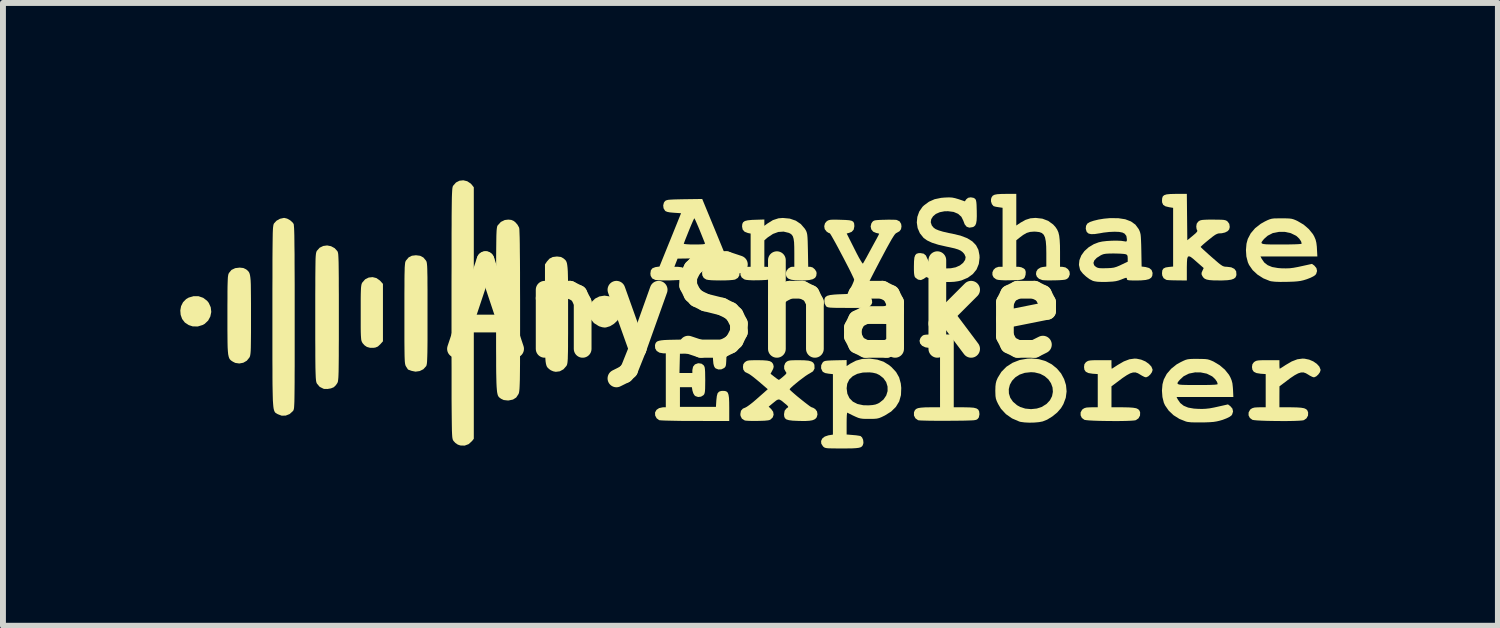
<source format=kicad_pcb>
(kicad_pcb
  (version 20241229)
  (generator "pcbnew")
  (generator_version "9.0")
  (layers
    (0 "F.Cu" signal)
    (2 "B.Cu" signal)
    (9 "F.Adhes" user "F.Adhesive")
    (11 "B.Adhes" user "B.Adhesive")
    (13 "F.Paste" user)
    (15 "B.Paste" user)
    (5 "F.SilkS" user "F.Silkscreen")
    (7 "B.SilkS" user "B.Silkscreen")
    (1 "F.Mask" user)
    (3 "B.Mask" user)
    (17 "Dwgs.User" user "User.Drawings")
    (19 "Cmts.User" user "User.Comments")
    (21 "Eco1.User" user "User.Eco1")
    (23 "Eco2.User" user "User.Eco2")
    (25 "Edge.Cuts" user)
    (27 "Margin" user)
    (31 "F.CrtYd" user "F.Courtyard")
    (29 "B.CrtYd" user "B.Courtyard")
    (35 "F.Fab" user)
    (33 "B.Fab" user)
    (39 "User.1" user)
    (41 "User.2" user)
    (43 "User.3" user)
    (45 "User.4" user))
  (footprint "AnyShake"
    (layer "F.Cu")
    (at 9.735 2.173)
    (property "Reference" "AnyShake" (at 0 0 0) (layer "F.SilkS") (effects (font (size 1.5 1.5) (thickness 0.3))))
    (attr board_only exclude_from_pos_files exclude_from_bom)
    (fp_poly (pts (xy -9.426 -0.212) (xy -9.348 -0.185) (xy -9.283 -0.136) (xy -9.254 -0.1) (xy -9.22 -0.025) (xy -9.211 0.054) (xy -9.227 0.131) (xy -9.264 0.2) (xy -9.323 0.256) (xy -9.355 0.274) (xy -9.44 0.3) (xy -9.526 0.298) (xy -9.593 0.276) (xy -9.658 0.233) (xy -9.704 0.173) (xy -9.729 0.103) (xy -9.735 0.029) (xy -9.722 -0.044) (xy -9.689 -0.11) (xy -9.636 -0.164) (xy -9.593 -0.189) (xy -9.509 -0.213)) (stroke (width 0) (type solid)) (fill yes) (layer "F.SilkS"))
    (fp_poly (pts (xy -2.473 -0.209) (xy -2.399 -0.172) (xy -2.342 -0.115) (xy -2.304 -0.043) (xy -2.291 0.042) (xy -2.291 0.043) (xy -2.295 0.093) (xy -2.305 0.137) (xy -2.306 0.14) (xy -2.342 0.201) (xy -2.398 0.254) (xy -2.464 0.295) (xy -2.533 0.316) (xy -2.559 0.318) (xy -2.6 0.312) (xy -2.648 0.297) (xy -2.66 0.291) (xy -2.738 0.242) (xy -2.792 0.176) (xy -2.822 0.098) (xy -2.827 0.043) (xy -2.814 -0.042) (xy -2.777 -0.114) (xy -2.719 -0.171) (xy -2.646 -0.208) (xy -2.56 -0.222) (xy -2.559 -0.222)) (stroke (width 0) (type solid)) (fill yes) (layer "F.SilkS"))
    (fp_poly (pts (xy -6.417 -0.519) (xy -6.359 -0.478) (xy -6.354 -0.473) (xy -6.307 -0.421) (xy -6.307 0.065) (xy -6.307 0.551) (xy -6.354 0.603) (xy -6.393 0.639) (xy -6.434 0.656) (xy -6.466 0.661) (xy -6.527 0.66) (xy -6.578 0.646) (xy -6.618 0.619) (xy -6.652 0.581) (xy -6.654 0.577) (xy -6.662 0.562) (xy -6.669 0.546) (xy -6.674 0.524) (xy -6.677 0.494) (xy -6.68 0.451) (xy -6.682 0.394) (xy -6.683 0.319) (xy -6.683 0.221) (xy -6.683 0.099) (xy -6.683 0.065) (xy -6.683 -0.064) (xy -6.683 -0.167) (xy -6.682 -0.248) (xy -6.68 -0.309) (xy -6.678 -0.355) (xy -6.674 -0.388) (xy -6.67 -0.411) (xy -6.664 -0.429) (xy -6.656 -0.443) (xy -6.655 -0.445) (xy -6.608 -0.498) (xy -6.548 -0.528) (xy -6.482 -0.535)) (stroke (width 0) (type solid)) (fill yes) (layer "F.SilkS"))
    (fp_poly (pts (xy -3.297 -0.876) (xy -3.256 -0.854) (xy -3.24 -0.841) (xy -3.225 -0.828) (xy -3.213 -0.814) (xy -3.203 -0.795) (xy -3.195 -0.771) (xy -3.189 -0.737) (xy -3.184 -0.693) (xy -3.18 -0.635) (xy -3.178 -0.562) (xy -3.176 -0.471) (xy -3.176 -0.359) (xy -3.175 -0.226) (xy -3.175 -0.068) (xy -3.175 0.09) (xy -3.175 0.266) (xy -3.175 0.416) (xy -3.176 0.541) (xy -3.176 0.645) (xy -3.177 0.728) (xy -3.179 0.795) (xy -3.18 0.846) (xy -3.183 0.885) (xy -3.186 0.914) (xy -3.19 0.934) (xy -3.194 0.949) (xy -3.2 0.961) (xy -3.203 0.967) (xy -3.253 1.024) (xy -3.315 1.058) (xy -3.384 1.067) (xy -3.427 1.058) (xy -3.468 1.04) (xy -3.497 1.019) (xy -3.511 1.006) (xy -3.524 0.993) (xy -3.534 0.978) (xy -3.542 0.958) (xy -3.549 0.932) (xy -3.555 0.896) (xy -3.559 0.849) (xy -3.562 0.789) (xy -3.564 0.712) (xy -3.565 0.617) (xy -3.566 0.502) (xy -3.566 0.363) (xy -3.566 0.2) (xy -3.566 0.083) (xy -3.566 -0.75) (xy -3.533 -0.799) (xy -3.489 -0.848) (xy -3.436 -0.875) (xy -3.364 -0.884) (xy -3.362 -0.884)) (stroke (width 0) (type solid)) (fill yes) (layer "F.SilkS"))
    (fp_poly (pts (xy -8.668 -0.689) (xy -8.622 -0.667) (xy -8.621 -0.666) (xy -8.602 -0.651) (xy -8.587 -0.636) (xy -8.574 -0.62) (xy -8.564 -0.598) (xy -8.556 -0.569) (xy -8.55 -0.53) (xy -8.545 -0.478) (xy -8.542 -0.411) (xy -8.541 -0.326) (xy -8.54 -0.221) (xy -8.539 -0.092) (xy -8.539 0.062) (xy -8.539 0.112) (xy -8.539 0.269) (xy -8.539 0.4) (xy -8.54 0.506) (xy -8.541 0.592) (xy -8.542 0.66) (xy -8.544 0.712) (xy -8.547 0.751) (xy -8.551 0.779) (xy -8.555 0.8) (xy -8.561 0.815) (xy -8.566 0.825) (xy -8.61 0.879) (xy -8.669 0.913) (xy -8.737 0.926) (xy -8.805 0.916) (xy -8.839 0.899) (xy -8.861 0.886) (xy -8.88 0.872) (xy -8.895 0.857) (xy -8.908 0.836) (xy -8.917 0.808) (xy -8.925 0.77) (xy -8.93 0.72) (xy -8.934 0.655) (xy -8.936 0.572) (xy -8.937 0.469) (xy -8.938 0.343) (xy -8.938 0.192) (xy -8.938 0.109) (xy -8.938 -0.049) (xy -8.937 -0.18) (xy -8.937 -0.288) (xy -8.936 -0.374) (xy -8.934 -0.442) (xy -8.932 -0.494) (xy -8.93 -0.533) (xy -8.926 -0.561) (xy -8.922 -0.582) (xy -8.916 -0.597) (xy -8.912 -0.605) (xy -8.869 -0.657) (xy -8.806 -0.687) (xy -8.73 -0.696)) (stroke (width 0) (type solid)) (fill yes) (layer "F.SilkS"))
    (fp_poly (pts (xy -4.881 -2.157) (xy -4.822 -2.118) (xy -4.8 -2.093) (xy -4.77 -2.055) (xy -4.77 0.072) (xy -4.77 2.2) (xy -4.8 2.238) (xy -4.857 2.29) (xy -4.924 2.315) (xy -4.997 2.313) (xy -5.041 2.298) (xy -5.081 2.271) (xy -5.115 2.234) (xy -5.117 2.23) (xy -5.121 2.223) (xy -5.125 2.215) (xy -5.128 2.205) (xy -5.131 2.19) (xy -5.134 2.171) (xy -5.136 2.144) (xy -5.138 2.11) (xy -5.14 2.066) (xy -5.141 2.011) (xy -5.142 1.943) (xy -5.143 1.862) (xy -5.144 1.766) (xy -5.145 1.653) (xy -5.146 1.521) (xy -5.146 1.371) (xy -5.146 1.199) (xy -5.146 1.005) (xy -5.147 0.788) (xy -5.147 0.545) (xy -5.147 0.275) (xy -5.147 0.072) (xy -5.147 -0.216) (xy -5.147 -0.477) (xy -5.146 -0.713) (xy -5.146 -0.923) (xy -5.146 -1.11) (xy -5.146 -1.275) (xy -5.145 -1.419) (xy -5.145 -1.545) (xy -5.144 -1.653) (xy -5.143 -1.744) (xy -5.142 -1.821) (xy -5.141 -1.885) (xy -5.139 -1.936) (xy -5.137 -1.977) (xy -5.135 -2.009) (xy -5.133 -2.033) (xy -5.13 -2.051) (xy -5.127 -2.064) (xy -5.124 -2.073) (xy -5.12 -2.08) (xy -5.118 -2.083) (xy -5.071 -2.136) (xy -5.012 -2.166) (xy -4.947 -2.173)) (stroke (width 0) (type solid)) (fill yes) (layer "F.SilkS"))
    (fp_poly (pts (xy 3.349 1.051) (xy 3.349 1.667) (xy 3.524 1.667) (xy 3.617 1.669) (xy 3.686 1.674) (xy 3.733 1.686) (xy 3.762 1.705) (xy 3.778 1.734) (xy 3.783 1.773) (xy 3.784 1.785) (xy 3.773 1.839) (xy 3.753 1.864) (xy 3.743 1.872) (xy 3.73 1.878) (xy 3.71 1.883) (xy 3.681 1.887) (xy 3.638 1.889) (xy 3.58 1.891) (xy 3.503 1.893) (xy 3.404 1.894) (xy 3.28 1.895) (xy 3.25 1.895) (xy 3.134 1.895) (xy 3.027 1.895) (xy 2.931 1.894) (xy 2.852 1.892) (xy 2.791 1.89) (xy 2.754 1.887) (xy 2.745 1.885) (xy 2.7 1.853) (xy 2.676 1.806) (xy 2.676 1.753) (xy 2.677 1.75) (xy 2.69 1.719) (xy 2.711 1.696) (xy 2.745 1.681) (xy 2.795 1.673) (xy 2.867 1.668) (xy 2.939 1.667) (xy 3.117 1.667) (xy 3.117 1.167) (xy 3.117 0.667) (xy 3.019 0.667) (xy 2.959 0.664) (xy 2.902 0.658) (xy 2.867 0.652) (xy 2.813 0.626) (xy 2.78 0.587) (xy 2.77 0.541) (xy 2.786 0.494) (xy 2.805 0.471) (xy 2.818 0.458) (xy 2.833 0.448) (xy 2.853 0.442) (xy 2.883 0.438) (xy 2.928 0.436) (xy 2.992 0.435) (xy 3.08 0.435) (xy 3.095 0.435) (xy 3.349 0.435)) (stroke (width 0) (type solid)) (fill yes) (layer "F.SilkS"))
    (fp_poly (pts (xy -5.678 -0.896) (xy -5.623 -0.867) (xy -5.58 -0.816) (xy -5.574 -0.806) (xy -5.569 -0.794) (xy -5.565 -0.776) (xy -5.562 -0.752) (xy -5.559 -0.717) (xy -5.557 -0.671) (xy -5.556 -0.611) (xy -5.554 -0.534) (xy -5.554 -0.438) (xy -5.553 -0.322) (xy -5.553 -0.182) (xy -5.553 -0.017) (xy -5.553 0.077) (xy -5.553 0.258) (xy -5.553 0.412) (xy -5.553 0.541) (xy -5.554 0.648) (xy -5.555 0.735) (xy -5.557 0.804) (xy -5.559 0.858) (xy -5.561 0.898) (xy -5.564 0.928) (xy -5.568 0.948) (xy -5.572 0.963) (xy -5.576 0.971) (xy -5.623 1.023) (xy -5.685 1.054) (xy -5.756 1.064) (xy -5.821 1.051) (xy -5.857 1.038) (xy -5.879 1.03) (xy -5.881 1.03) (xy -5.89 1.018) (xy -5.907 0.991) (xy -5.914 0.981) (xy -5.92 0.97) (xy -5.926 0.958) (xy -5.93 0.942) (xy -5.934 0.921) (xy -5.937 0.892) (xy -5.939 0.852) (xy -5.941 0.8) (xy -5.942 0.733) (xy -5.943 0.648) (xy -5.944 0.544) (xy -5.944 0.418) (xy -5.944 0.267) (xy -5.944 0.09) (xy -5.944 0.078) (xy -5.944 -0.101) (xy -5.944 -0.254) (xy -5.943 -0.382) (xy -5.943 -0.488) (xy -5.942 -0.574) (xy -5.94 -0.642) (xy -5.939 -0.695) (xy -5.936 -0.735) (xy -5.933 -0.765) (xy -5.93 -0.786) (xy -5.925 -0.801) (xy -5.92 -0.811) (xy -5.917 -0.816) (xy -5.872 -0.869) (xy -5.817 -0.897) (xy -5.748 -0.905)) (stroke (width 0) (type solid)) (fill yes) (layer "F.SilkS"))
    (fp_poly (pts (xy 4.791 0.853) (xy 4.906 0.887) (xy 5.008 0.941) (xy 5.095 1.012) (xy 5.165 1.095) (xy 5.216 1.19) (xy 5.248 1.291) (xy 5.258 1.398) (xy 5.244 1.506) (xy 5.204 1.613) (xy 5.163 1.682) (xy 5.1 1.754) (xy 5.018 1.821) (xy 4.929 1.876) (xy 4.854 1.906) (xy 4.792 1.918) (xy 4.714 1.925) (xy 4.629 1.927) (xy 4.548 1.923) (xy 4.481 1.914) (xy 4.458 1.908) (xy 4.335 1.855) (xy 4.231 1.782) (xy 4.147 1.691) (xy 4.1 1.612) (xy 4.076 1.562) (xy 4.062 1.521) (xy 4.055 1.477) (xy 4.053 1.422) (xy 4.052 1.385) (xy 4.053 1.359) (xy 4.28 1.359) (xy 4.282 1.433) (xy 4.305 1.506) (xy 4.351 1.573) (xy 4.42 1.632) (xy 4.473 1.662) (xy 4.559 1.689) (xy 4.657 1.698) (xy 4.754 1.688) (xy 4.835 1.662) (xy 4.918 1.611) (xy 4.976 1.549) (xy 5.012 1.479) (xy 5.026 1.405) (xy 5.02 1.331) (xy 4.994 1.26) (xy 4.95 1.195) (xy 4.888 1.141) (xy 4.811 1.1) (xy 4.718 1.077) (xy 4.655 1.073) (xy 4.551 1.084) (xy 4.463 1.114) (xy 4.391 1.16) (xy 4.335 1.219) (xy 4.298 1.286) (xy 4.28 1.359) (xy 4.053 1.359) (xy 4.054 1.315) (xy 4.06 1.263) (xy 4.071 1.219) (xy 4.091 1.172) (xy 4.091 1.171) (xy 4.155 1.067) (xy 4.24 0.981) (xy 4.344 0.914) (xy 4.464 0.867) (xy 4.596 0.844) (xy 4.665 0.841)) (stroke (width 0) (type solid)) (fill yes) (layer "F.SilkS"))
    (fp_poly (pts (xy -7.185 -1.058) (xy -7.124 -1.025) (xy -7.079 -0.976) (xy -7.074 -0.967) (xy -7.07 -0.956) (xy -7.066 -0.939) (xy -7.063 -0.916) (xy -7.061 -0.883) (xy -7.059 -0.84) (xy -7.057 -0.784) (xy -7.056 -0.713) (xy -7.055 -0.624) (xy -7.054 -0.517) (xy -7.054 -0.389) (xy -7.053 -0.238) (xy -7.053 -0.062) (xy -7.053 0.137) (xy -7.053 0.34) (xy -7.053 0.516) (xy -7.054 0.667) (xy -7.054 0.795) (xy -7.055 0.902) (xy -7.056 0.99) (xy -7.057 1.062) (xy -7.059 1.118) (xy -7.061 1.162) (xy -7.064 1.195) (xy -7.067 1.219) (xy -7.07 1.237) (xy -7.075 1.249) (xy -7.079 1.258) (xy -7.106 1.296) (xy -7.138 1.327) (xy -7.14 1.328) (xy -7.186 1.347) (xy -7.245 1.357) (xy -7.3 1.356) (xy -7.313 1.353) (xy -7.377 1.321) (xy -7.423 1.267) (xy -7.429 1.255) (xy -7.433 1.243) (xy -7.437 1.226) (xy -7.44 1.202) (xy -7.443 1.17) (xy -7.445 1.126) (xy -7.447 1.069) (xy -7.449 0.997) (xy -7.45 0.908) (xy -7.451 0.8) (xy -7.451 0.672) (xy -7.452 0.52) (xy -7.452 0.343) (xy -7.452 0.139) (xy -7.452 0.136) (xy -7.452 -0.066) (xy -7.452 -0.241) (xy -7.451 -0.391) (xy -7.451 -0.518) (xy -7.45 -0.624) (xy -7.449 -0.712) (xy -7.448 -0.782) (xy -7.447 -0.838) (xy -7.445 -0.881) (xy -7.442 -0.914) (xy -7.439 -0.937) (xy -7.435 -0.955) (xy -7.431 -0.967) (xy -7.426 -0.978) (xy -7.422 -0.983) (xy -7.377 -1.033) (xy -7.317 -1.062) (xy -7.251 -1.071)) (stroke (width 0) (type solid)) (fill yes) (layer "F.SilkS"))
    (fp_poly (pts (xy -4.136 -1.503) (xy -4.096 -1.486) (xy -4.067 -1.463) (xy -4.031 -1.422) (xy -4.005 -1.375) (xy -4.002 -1.365) (xy -3.999 -1.34) (xy -3.997 -1.287) (xy -3.994 -1.206) (xy -3.992 -1.097) (xy -3.991 -0.961) (xy -3.989 -0.8) (xy -3.988 -0.612) (xy -3.988 -0.4) (xy -3.987 -0.162) (xy -3.987 0.036) (xy -3.987 0.265) (xy -3.987 0.466) (xy -3.988 0.642) (xy -3.988 0.794) (xy -3.988 0.925) (xy -3.989 1.035) (xy -3.99 1.128) (xy -3.991 1.204) (xy -3.993 1.266) (xy -3.995 1.315) (xy -3.997 1.353) (xy -4 1.383) (xy -4.003 1.405) (xy -4.006 1.421) (xy -4.01 1.434) (xy -4.015 1.445) (xy -4.053 1.502) (xy -4.107 1.536) (xy -4.179 1.551) (xy -4.202 1.551) (xy -4.264 1.544) (xy -4.31 1.522) (xy -4.311 1.521) (xy -4.325 1.511) (xy -4.337 1.502) (xy -4.347 1.492) (xy -4.356 1.479) (xy -4.364 1.462) (xy -4.37 1.439) (xy -4.376 1.408) (xy -4.38 1.368) (xy -4.384 1.317) (xy -4.387 1.252) (xy -4.389 1.172) (xy -4.391 1.076) (xy -4.392 0.962) (xy -4.392 0.828) (xy -4.393 0.672) (xy -4.393 0.493) (xy -4.393 0.288) (xy -4.393 0.056) (xy -4.393 0.019) (xy -4.393 -0.213) (xy -4.393 -0.418) (xy -4.392 -0.597) (xy -4.392 -0.752) (xy -4.392 -0.886) (xy -4.391 -0.999) (xy -4.39 -1.094) (xy -4.389 -1.172) (xy -4.388 -1.236) (xy -4.386 -1.286) (xy -4.384 -1.325) (xy -4.381 -1.354) (xy -4.378 -1.375) (xy -4.375 -1.39) (xy -4.371 -1.401) (xy -4.367 -1.409) (xy -4.365 -1.411) (xy -4.312 -1.469) (xy -4.246 -1.501) (xy -4.187 -1.508)) (stroke (width 0) (type solid)) (fill yes) (layer "F.SilkS"))
    (fp_poly (pts (xy -7.928 -1.525) (xy -7.877 -1.497) (xy -7.834 -1.458) (xy -7.818 -1.435) (xy -7.815 -1.423) (xy -7.813 -1.399) (xy -7.81 -1.362) (xy -7.808 -1.309) (xy -7.806 -1.241) (xy -7.805 -1.155) (xy -7.804 -1.05) (xy -7.802 -0.925) (xy -7.802 -0.778) (xy -7.801 -0.608) (xy -7.8 -0.414) (xy -7.8 -0.194) (xy -7.8 0.054) (xy -7.8 0.147) (xy -7.8 0.392) (xy -7.8 0.609) (xy -7.8 0.801) (xy -7.8 0.97) (xy -7.801 1.115) (xy -7.801 1.24) (xy -7.802 1.346) (xy -7.803 1.435) (xy -7.804 1.508) (xy -7.805 1.567) (xy -7.807 1.613) (xy -7.809 1.649) (xy -7.811 1.676) (xy -7.814 1.695) (xy -7.818 1.709) (xy -7.821 1.718) (xy -7.826 1.725) (xy -7.83 1.731) (xy -7.885 1.781) (xy -7.951 1.807) (xy -8.02 1.809) (xy -8.085 1.784) (xy -8.1 1.776) (xy -8.112 1.768) (xy -8.124 1.761) (xy -8.133 1.751) (xy -8.142 1.736) (xy -8.149 1.717) (xy -8.156 1.69) (xy -8.161 1.654) (xy -8.165 1.608) (xy -8.169 1.55) (xy -8.171 1.478) (xy -8.173 1.39) (xy -8.175 1.286) (xy -8.176 1.162) (xy -8.176 1.019) (xy -8.177 0.853) (xy -8.177 0.664) (xy -8.177 0.45) (xy -8.177 0.209) (xy -8.177 0.135) (xy -8.177 -0.11) (xy -8.177 -0.327) (xy -8.176 -0.518) (xy -8.176 -0.686) (xy -8.176 -0.831) (xy -8.175 -0.955) (xy -8.174 -1.061) (xy -8.173 -1.149) (xy -8.172 -1.222) (xy -8.171 -1.281) (xy -8.169 -1.327) (xy -8.167 -1.363) (xy -8.164 -1.39) (xy -8.161 -1.41) (xy -8.158 -1.424) (xy -8.154 -1.435) (xy -8.15 -1.443) (xy -8.149 -1.444) (xy -8.108 -1.489) (xy -8.049 -1.522) (xy -7.986 -1.536) (xy -7.977 -1.537)) (stroke (width 0) (type solid)) (fill yes) (layer "F.SilkS"))
    (fp_poly (pts (xy 6.444 0.845) (xy 6.52 0.861) (xy 6.591 0.891) (xy 6.649 0.932) (xy 6.692 0.978) (xy 6.712 1.027) (xy 6.712 1.039) (xy 6.701 1.074) (xy 6.674 1.112) (xy 6.639 1.144) (xy 6.605 1.159) (xy 6.6 1.16) (xy 6.572 1.152) (xy 6.533 1.132) (xy 6.508 1.117) (xy 6.464 1.091) (xy 6.423 1.077) (xy 6.381 1.078) (xy 6.333 1.093) (xy 6.276 1.124) (xy 6.204 1.172) (xy 6.139 1.221) (xy 6.017 1.312) (xy 6.017 1.49) (xy 6.017 1.667) (xy 6.213 1.667) (xy 6.311 1.669) (xy 6.383 1.674) (xy 6.435 1.683) (xy 6.469 1.699) (xy 6.49 1.722) (xy 6.502 1.752) (xy 6.502 1.755) (xy 6.5 1.807) (xy 6.474 1.854) (xy 6.429 1.885) (xy 6.428 1.885) (xy 6.4 1.89) (xy 6.347 1.894) (xy 6.276 1.897) (xy 6.19 1.899) (xy 6.094 1.9) (xy 5.994 1.899) (xy 5.894 1.898) (xy 5.798 1.896) (xy 5.712 1.893) (xy 5.64 1.889) (xy 5.588 1.884) (xy 5.559 1.879) (xy 5.558 1.878) (xy 5.516 1.847) (xy 5.495 1.803) (xy 5.495 1.754) (xy 5.519 1.71) (xy 5.533 1.697) (xy 5.56 1.681) (xy 5.595 1.671) (xy 5.646 1.668) (xy 5.678 1.667) (xy 5.785 1.667) (xy 5.785 1.386) (xy 5.785 1.105) (xy 5.698 1.099) (xy 5.628 1.088) (xy 5.583 1.066) (xy 5.559 1.031) (xy 5.553 0.985) (xy 5.559 0.939) (xy 5.583 0.906) (xy 5.591 0.9) (xy 5.609 0.888) (xy 5.631 0.879) (xy 5.662 0.874) (xy 5.707 0.871) (xy 5.773 0.87) (xy 5.823 0.87) (xy 6.017 0.87) (xy 6.017 0.942) (xy 6.018 0.984) (xy 6.02 1.01) (xy 6.022 1.015) (xy 6.036 1.007) (xy 6.067 0.987) (xy 6.11 0.959) (xy 6.122 0.951) (xy 6.226 0.891) (xy 6.32 0.855) (xy 6.408 0.843)) (stroke (width 0) (type solid)) (fill yes) (layer "F.SilkS"))
    (fp_poly (pts (xy 9.286 0.845) (xy 9.362 0.861) (xy 9.432 0.891) (xy 9.491 0.932) (xy 9.533 0.978) (xy 9.553 1.027) (xy 9.554 1.039) (xy 9.543 1.074) (xy 9.516 1.112) (xy 9.481 1.144) (xy 9.447 1.159) (xy 9.441 1.16) (xy 9.414 1.152) (xy 9.374 1.132) (xy 9.35 1.117) (xy 9.306 1.091) (xy 9.265 1.077) (xy 9.223 1.078) (xy 9.175 1.093) (xy 9.117 1.124) (xy 9.045 1.172) (xy 8.98 1.221) (xy 8.859 1.312) (xy 8.858 1.49) (xy 8.858 1.667) (xy 9.055 1.667) (xy 9.152 1.669) (xy 9.225 1.674) (xy 9.276 1.683) (xy 9.311 1.699) (xy 9.332 1.722) (xy 9.343 1.752) (xy 9.344 1.755) (xy 9.342 1.807) (xy 9.316 1.854) (xy 9.271 1.885) (xy 9.27 1.885) (xy 9.241 1.89) (xy 9.189 1.894) (xy 9.117 1.897) (xy 9.031 1.899) (xy 8.936 1.9) (xy 8.836 1.899) (xy 8.735 1.898) (xy 8.64 1.896) (xy 8.554 1.893) (xy 8.482 1.889) (xy 8.429 1.884) (xy 8.401 1.879) (xy 8.4 1.878) (xy 8.358 1.847) (xy 8.336 1.803) (xy 8.337 1.754) (xy 8.361 1.71) (xy 8.374 1.697) (xy 8.402 1.681) (xy 8.437 1.671) (xy 8.487 1.668) (xy 8.519 1.667) (xy 8.626 1.667) (xy 8.626 1.386) (xy 8.626 1.105) (xy 8.54 1.099) (xy 8.47 1.088) (xy 8.425 1.066) (xy 8.401 1.031) (xy 8.394 0.985) (xy 8.401 0.939) (xy 8.425 0.906) (xy 8.432 0.9) (xy 8.451 0.888) (xy 8.473 0.879) (xy 8.503 0.874) (xy 8.549 0.871) (xy 8.615 0.87) (xy 8.664 0.87) (xy 8.858 0.87) (xy 8.858 0.942) (xy 8.859 0.984) (xy 8.862 1.01) (xy 8.863 1.015) (xy 8.877 1.007) (xy 8.909 0.987) (xy 8.952 0.959) (xy 8.964 0.951) (xy 9.067 0.891) (xy 9.161 0.855) (xy 9.249 0.843)) (stroke (width 0) (type solid)) (fill yes) (layer "F.SilkS"))
    (fp_poly (pts (xy 7.548 0.849) (xy 7.602 0.851) (xy 7.643 0.856) (xy 7.679 0.866) (xy 7.716 0.881) (xy 7.745 0.894) (xy 7.847 0.955) (xy 7.935 1.03) (xy 8.004 1.116) (xy 8.027 1.157) (xy 8.049 1.209) (xy 8.063 1.261) (xy 8.07 1.326) (xy 8.073 1.365) (xy 8.079 1.493) (xy 7.598 1.493) (xy 7.118 1.493) (xy 7.138 1.533) (xy 7.181 1.595) (xy 7.239 1.641) (xy 7.314 1.672) (xy 7.411 1.689) (xy 7.476 1.693) (xy 7.548 1.695) (xy 7.611 1.692) (xy 7.676 1.685) (xy 7.751 1.671) (xy 7.806 1.659) (xy 7.988 1.618) (xy 8.028 1.648) (xy 8.063 1.689) (xy 8.074 1.738) (xy 8.059 1.787) (xy 8.045 1.807) (xy 8.014 1.829) (xy 7.963 1.854) (xy 7.901 1.878) (xy 7.895 1.88) (xy 7.843 1.895) (xy 7.795 1.906) (xy 7.744 1.914) (xy 7.681 1.919) (xy 7.6 1.922) (xy 7.561 1.923) (xy 7.449 1.923) (xy 7.364 1.921) (xy 7.303 1.914) (xy 7.278 1.908) (xy 7.167 1.864) (xy 7.067 1.801) (xy 6.985 1.723) (xy 6.924 1.635) (xy 6.903 1.59) (xy 6.879 1.493) (xy 6.871 1.385) (xy 6.88 1.278) (xy 6.884 1.263) (xy 7.133 1.263) (xy 7.143 1.275) (xy 7.168 1.283) (xy 7.213 1.287) (xy 7.279 1.289) (xy 7.37 1.29) (xy 7.474 1.29) (xy 7.599 1.29) (xy 7.696 1.288) (xy 7.763 1.285) (xy 7.803 1.28) (xy 7.814 1.275) (xy 7.803 1.237) (xy 7.773 1.193) (xy 7.731 1.152) (xy 7.717 1.142) (xy 7.63 1.098) (xy 7.526 1.077) (xy 7.432 1.076) (xy 7.327 1.097) (xy 7.239 1.141) (xy 7.179 1.196) (xy 7.154 1.224) (xy 7.138 1.246) (xy 7.133 1.263) (xy 6.884 1.263) (xy 6.902 1.197) (xy 6.952 1.102) (xy 7.027 1.015) (xy 7.121 0.94) (xy 7.188 0.903) (xy 7.235 0.88) (xy 7.273 0.864) (xy 7.308 0.855) (xy 7.349 0.85) (xy 7.403 0.848) (xy 7.473 0.848)) (stroke (width 0) (type solid)) (fill yes) (layer "F.SilkS"))
    (fp_poly (pts (xy 8.969 -1.529) (xy 9.023 -1.527) (xy 9.064 -1.522) (xy 9.1 -1.512) (xy 9.137 -1.497) (xy 9.166 -1.483) (xy 9.268 -1.423) (xy 9.356 -1.347) (xy 9.425 -1.262) (xy 9.448 -1.221) (xy 9.47 -1.169) (xy 9.483 -1.116) (xy 9.491 -1.051) (xy 9.493 -1.012) (xy 9.5 -0.884) (xy 9.019 -0.884) (xy 8.538 -0.884) (xy 8.559 -0.844) (xy 8.602 -0.782) (xy 8.66 -0.737) (xy 8.735 -0.706) (xy 8.832 -0.689) (xy 8.897 -0.684) (xy 8.969 -0.683) (xy 9.032 -0.685) (xy 9.096 -0.693) (xy 9.172 -0.707) (xy 9.227 -0.719) (xy 9.409 -0.759) (xy 9.449 -0.73) (xy 9.484 -0.688) (xy 9.495 -0.639) (xy 9.48 -0.59) (xy 9.465 -0.571) (xy 9.434 -0.549) (xy 9.384 -0.524) (xy 9.322 -0.5) (xy 9.316 -0.498) (xy 9.264 -0.482) (xy 9.216 -0.471) (xy 9.165 -0.464) (xy 9.102 -0.459) (xy 9.02 -0.456) (xy 8.981 -0.455) (xy 8.87 -0.454) (xy 8.785 -0.457) (xy 8.724 -0.464) (xy 8.699 -0.469) (xy 8.587 -0.514) (xy 8.488 -0.577) (xy 8.405 -0.654) (xy 8.344 -0.742) (xy 8.324 -0.787) (xy 8.299 -0.885) (xy 8.292 -0.993) (xy 8.301 -1.099) (xy 8.305 -1.115) (xy 8.554 -1.115) (xy 8.563 -1.103) (xy 8.589 -1.095) (xy 8.634 -1.09) (xy 8.7 -1.088) (xy 8.79 -1.087) (xy 8.894 -1.087) (xy 9.02 -1.088) (xy 9.116 -1.09) (xy 9.184 -1.093) (xy 9.224 -1.097) (xy 9.235 -1.103) (xy 9.224 -1.141) (xy 9.194 -1.185) (xy 9.152 -1.226) (xy 9.138 -1.236) (xy 9.05 -1.279) (xy 8.947 -1.301) (xy 8.853 -1.301) (xy 8.748 -1.281) (xy 8.66 -1.236) (xy 8.599 -1.182) (xy 8.575 -1.153) (xy 8.559 -1.131) (xy 8.554 -1.115) (xy 8.305 -1.115) (xy 8.323 -1.181) (xy 8.373 -1.276) (xy 8.447 -1.363) (xy 8.542 -1.437) (xy 8.609 -1.475) (xy 8.656 -1.498) (xy 8.693 -1.513) (xy 8.729 -1.523) (xy 8.77 -1.528) (xy 8.824 -1.529) (xy 8.894 -1.53)) (stroke (width 0) (type solid)) (fill yes) (layer "F.SilkS"))
    (fp_poly (pts (xy 0.575 -1.525) (xy 0.677 -1.49) (xy 0.762 -1.433) (xy 0.829 -1.355) (xy 0.846 -1.328) (xy 0.857 -1.305) (xy 0.865 -1.28) (xy 0.871 -1.249) (xy 0.875 -1.206) (xy 0.878 -1.148) (xy 0.88 -1.07) (xy 0.882 -0.989) (xy 0.887 -0.71) (xy 0.922 -0.71) (xy 0.963 -0.698) (xy 1 -0.666) (xy 1.025 -0.626) (xy 1.029 -0.601) (xy 1.023 -0.556) (xy 1.003 -0.523) (xy 0.965 -0.5) (xy 0.907 -0.486) (xy 0.825 -0.479) (xy 0.768 -0.478) (xy 0.672 -0.481) (xy 0.601 -0.491) (xy 0.552 -0.509) (xy 0.523 -0.536) (xy 0.509 -0.575) (xy 0.507 -0.601) (xy 0.52 -0.643) (xy 0.551 -0.681) (xy 0.592 -0.706) (xy 0.615 -0.71) (xy 0.652 -0.71) (xy 0.652 -0.943) (xy 0.651 -1.046) (xy 0.648 -1.124) (xy 0.64 -1.182) (xy 0.628 -1.223) (xy 0.609 -1.252) (xy 0.583 -1.272) (xy 0.558 -1.284) (xy 0.471 -1.305) (xy 0.381 -1.299) (xy 0.291 -1.266) (xy 0.204 -1.208) (xy 0.196 -1.202) (xy 0.145 -1.157) (xy 0.145 -0.934) (xy 0.145 -0.71) (xy 0.187 -0.71) (xy 0.241 -0.698) (xy 0.282 -0.664) (xy 0.303 -0.614) (xy 0.304 -0.596) (xy 0.302 -0.556) (xy 0.291 -0.528) (xy 0.268 -0.508) (xy 0.23 -0.495) (xy 0.171 -0.487) (xy 0.09 -0.483) (xy 0.046 -0.482) (xy -0.048 -0.481) (xy -0.117 -0.484) (xy -0.165 -0.489) (xy -0.196 -0.498) (xy -0.197 -0.499) (xy -0.239 -0.53) (xy -0.259 -0.571) (xy -0.259 -0.616) (xy -0.241 -0.659) (xy -0.206 -0.692) (xy -0.156 -0.709) (xy -0.138 -0.71) (xy -0.087 -0.71) (xy -0.087 -0.991) (xy -0.087 -1.272) (xy -0.133 -1.281) (xy -0.189 -1.303) (xy -0.222 -1.34) (xy -0.232 -1.392) (xy -0.228 -1.434) (xy -0.214 -1.463) (xy -0.185 -1.484) (xy -0.137 -1.496) (xy -0.067 -1.503) (xy -0.013 -1.505) (xy 0.145 -1.51) (xy 0.145 -1.457) (xy 0.145 -1.403) (xy 0.196 -1.441) (xy 0.289 -1.499) (xy 0.384 -1.53) (xy 0.458 -1.536)) (stroke (width 0) (type solid)) (fill yes) (layer "F.SilkS"))
    (fp_poly (pts (xy 4.407 -1.675) (xy 4.407 -1.408) (xy 4.481 -1.458) (xy 4.564 -1.504) (xy 4.646 -1.53) (xy 4.734 -1.537) (xy 4.848 -1.524) (xy 4.946 -1.487) (xy 5.03 -1.426) (xy 5.033 -1.423) (xy 5.07 -1.382) (xy 5.098 -1.34) (xy 5.119 -1.293) (xy 5.133 -1.235) (xy 5.141 -1.162) (xy 5.146 -1.069) (xy 5.147 -0.954) (xy 5.147 -0.71) (xy 5.182 -0.71) (xy 5.239 -0.699) (xy 5.281 -0.67) (xy 5.307 -0.629) (xy 5.312 -0.582) (xy 5.295 -0.535) (xy 5.275 -0.513) (xy 5.257 -0.501) (xy 5.232 -0.492) (xy 5.192 -0.487) (xy 5.134 -0.483) (xy 5.071 -0.481) (xy 4.997 -0.48) (xy 4.93 -0.48) (xy 4.877 -0.482) (xy 4.847 -0.485) (xy 4.791 -0.507) (xy 4.755 -0.542) (xy 4.74 -0.585) (xy 4.746 -0.629) (xy 4.771 -0.669) (xy 4.817 -0.697) (xy 4.853 -0.706) (xy 4.915 -0.714) (xy 4.915 -0.941) (xy 4.913 -1.054) (xy 4.906 -1.141) (xy 4.893 -1.206) (xy 4.872 -1.251) (xy 4.84 -1.281) (xy 4.797 -1.297) (xy 4.739 -1.304) (xy 4.707 -1.305) (xy 4.641 -1.3) (xy 4.583 -1.283) (xy 4.524 -1.249) (xy 4.469 -1.208) (xy 4.407 -1.158) (xy 4.407 -0.934) (xy 4.407 -0.71) (xy 4.445 -0.71) (xy 4.491 -0.702) (xy 4.534 -0.681) (xy 4.556 -0.661) (xy 4.567 -0.623) (xy 4.564 -0.575) (xy 4.55 -0.531) (xy 4.536 -0.513) (xy 4.52 -0.502) (xy 4.498 -0.494) (xy 4.465 -0.488) (xy 4.415 -0.485) (xy 4.343 -0.483) (xy 4.308 -0.482) (xy 4.214 -0.481) (xy 4.146 -0.484) (xy 4.098 -0.489) (xy 4.066 -0.498) (xy 4.065 -0.499) (xy 4.023 -0.53) (xy 4.003 -0.571) (xy 4.003 -0.616) (xy 4.022 -0.659) (xy 4.057 -0.692) (xy 4.106 -0.709) (xy 4.124 -0.71) (xy 4.175 -0.71) (xy 4.175 -1.209) (xy 4.175 -1.708) (xy 4.106 -1.718) (xy 4.062 -1.725) (xy 4.029 -1.734) (xy 4.021 -1.737) (xy 3.994 -1.77) (xy 3.979 -1.816) (xy 3.98 -1.857) (xy 3.991 -1.889) (xy 4.009 -1.913) (xy 4.04 -1.929) (xy 4.087 -1.938) (xy 4.156 -1.942) (xy 4.229 -1.943) (xy 4.407 -1.943)) (stroke (width 0) (type solid)) (fill yes) (layer "F.SilkS"))
    (fp_poly (pts (xy -0.496 0.748) (xy -0.497 0.834) (xy -0.5 0.895) (xy -0.503 0.937) (xy -0.508 0.965) (xy -0.516 0.983) (xy -0.527 0.995) (xy -0.534 1.002) (xy -0.581 1.025) (xy -0.632 1.027) (xy -0.677 1.01) (xy -0.69 0.999) (xy -0.706 0.971) (xy -0.717 0.928) (xy -0.723 0.863) (xy -0.723 0.861) (xy -0.728 0.753) (xy -1.006 0.757) (xy -1.283 0.761) (xy -1.287 0.924) (xy -1.291 1.087) (xy -1.182 1.087) (xy -1.073 1.087) (xy -1.073 1.038) (xy -1.061 0.98) (xy -1.029 0.941) (xy -0.979 0.923) (xy -0.964 0.922) (xy -0.916 0.93) (xy -0.882 0.956) (xy -0.872 0.972) (xy -0.864 0.993) (xy -0.86 1.024) (xy -0.857 1.071) (xy -0.856 1.138) (xy -0.855 1.209) (xy -0.856 1.295) (xy -0.857 1.356) (xy -0.86 1.398) (xy -0.865 1.426) (xy -0.872 1.445) (xy -0.883 1.46) (xy -0.885 1.462) (xy -0.926 1.487) (xy -0.975 1.493) (xy -1.02 1.478) (xy -1.037 1.464) (xy -1.057 1.43) (xy -1.071 1.386) (xy -1.072 1.381) (xy -1.081 1.327) (xy -1.182 1.327) (xy -1.283 1.327) (xy -1.283 1.493) (xy -1.283 1.66) (xy -0.979 1.66) (xy -0.674 1.66) (xy -0.667 1.548) (xy -0.659 1.477) (xy -0.646 1.43) (xy -0.622 1.403) (xy -0.587 1.391) (xy -0.557 1.389) (xy -0.52 1.391) (xy -0.493 1.401) (xy -0.473 1.421) (xy -0.461 1.456) (xy -0.453 1.508) (xy -0.45 1.583) (xy -0.449 1.676) (xy -0.449 1.899) (xy -1.026 1.898) (xy -1.153 1.898) (xy -1.273 1.897) (xy -1.381 1.895) (xy -1.474 1.893) (xy -1.548 1.891) (xy -1.602 1.888) (xy -1.631 1.885) (xy -1.634 1.885) (xy -1.677 1.853) (xy -1.702 1.806) (xy -1.704 1.755) (xy -1.68 1.711) (xy -1.636 1.681) (xy -1.577 1.668) (xy -1.566 1.667) (xy -1.522 1.667) (xy -1.522 1.211) (xy -1.522 0.754) (xy -1.566 0.754) (xy -1.629 0.743) (xy -1.676 0.714) (xy -1.702 0.67) (xy -1.705 0.616) (xy -1.698 0.591) (xy -1.69 0.575) (xy -1.678 0.561) (xy -1.661 0.55) (xy -1.634 0.541) (xy -1.596 0.534) (xy -1.544 0.529) (xy -1.474 0.526) (xy -1.386 0.524) (xy -1.275 0.522) (xy -1.14 0.522) (xy -1.041 0.522) (xy -0.491 0.522)) (stroke (width 0) (type solid)) (fill yes) (layer "F.SilkS"))
    (fp_poly (pts (xy -0.671 -1.288) (xy -0.437 -0.718) (xy -0.382 -0.707) (xy -0.327 -0.685) (xy -0.292 -0.649) (xy -0.275 -0.606) (xy -0.279 -0.562) (xy -0.303 -0.522) (xy -0.35 -0.494) (xy -0.35 -0.494) (xy -0.385 -0.488) (xy -0.442 -0.483) (xy -0.513 -0.48) (xy -0.592 -0.479) (xy -0.671 -0.48) (xy -0.743 -0.482) (xy -0.8 -0.487) (xy -0.836 -0.494) (xy -0.837 -0.494) (xy -0.88 -0.521) (xy -0.904 -0.563) (xy -0.909 -0.61) (xy -0.895 -0.655) (xy -0.86 -0.689) (xy -0.855 -0.692) (xy -0.816 -0.704) (xy -0.768 -0.71) (xy -0.765 -0.71) (xy -0.73 -0.712) (xy -0.715 -0.722) (xy -0.715 -0.746) (xy -0.73 -0.789) (xy -0.734 -0.797) (xy -0.757 -0.856) (xy -1.04 -0.852) (xy -1.323 -0.848) (xy -1.35 -0.779) (xy -1.377 -0.71) (xy -1.32 -0.71) (xy -1.249 -0.701) (xy -1.2 -0.674) (xy -1.175 -0.634) (xy -1.17 -0.58) (xy -1.191 -0.531) (xy -1.232 -0.497) (xy -1.259 -0.491) (xy -1.307 -0.486) (xy -1.371 -0.483) (xy -1.445 -0.48) (xy -1.52 -0.48) (xy -1.592 -0.48) (xy -1.652 -0.483) (xy -1.695 -0.487) (xy -1.703 -0.489) (xy -1.752 -0.513) (xy -1.778 -0.556) (xy -1.783 -0.594) (xy -1.775 -0.65) (xy -1.748 -0.685) (xy -1.699 -0.704) (xy -1.687 -0.706) (xy -1.629 -0.714) (xy -1.473 -1.099) (xy -1.218 -1.099) (xy -1.204 -1.095) (xy -1.167 -1.091) (xy -1.112 -1.088) (xy -1.044 -1.087) (xy -1.035 -1.087) (xy -0.956 -1.088) (xy -0.903 -1.09) (xy -0.872 -1.094) (xy -0.86 -1.101) (xy -0.859 -1.105) (xy -0.913 -1.24) (xy -0.957 -1.349) (xy -0.993 -1.433) (xy -1.019 -1.492) (xy -1.035 -1.524) (xy -1.041 -1.53) (xy -1.049 -1.514) (xy -1.066 -1.477) (xy -1.089 -1.424) (xy -1.115 -1.362) (xy -1.142 -1.295) (xy -1.168 -1.23) (xy -1.191 -1.173) (xy -1.208 -1.128) (xy -1.217 -1.103) (xy -1.218 -1.099) (xy -1.473 -1.099) (xy -1.446 -1.165) (xy -1.264 -1.616) (xy -1.384 -1.624) (xy -1.452 -1.63) (xy -1.498 -1.639) (xy -1.528 -1.652) (xy -1.535 -1.659) (xy -1.56 -1.699) (xy -1.566 -1.748) (xy -1.554 -1.796) (xy -1.535 -1.821) (xy -1.523 -1.83) (xy -1.505 -1.837) (xy -1.479 -1.843) (xy -1.441 -1.846) (xy -1.386 -1.849) (xy -1.309 -1.851) (xy -1.209 -1.853) (xy -1.205 -1.853) (xy -0.906 -1.857)) (stroke (width 0) (type solid)) (fill yes) (layer "F.SilkS"))
    (fp_poly (pts (xy 7.296 -1.551) (xy 7.3 -1.159) (xy 7.391 -1.234) (xy 7.439 -1.275) (xy 7.465 -1.303) (xy 7.47 -1.32) (xy 7.468 -1.324) (xy 7.457 -1.348) (xy 7.452 -1.387) (xy 7.452 -1.394) (xy 7.459 -1.439) (xy 7.483 -1.472) (xy 7.49 -1.478) (xy 7.508 -1.49) (xy 7.529 -1.498) (xy 7.558 -1.503) (xy 7.602 -1.506) (xy 7.665 -1.508) (xy 7.735 -1.508) (xy 7.817 -1.507) (xy 7.876 -1.506) (xy 7.917 -1.503) (xy 7.945 -1.497) (xy 7.965 -1.488) (xy 7.979 -1.478) (xy 8.01 -1.436) (xy 8.018 -1.383) (xy 8.008 -1.342) (xy 7.983 -1.313) (xy 7.938 -1.29) (xy 7.882 -1.277) (xy 7.857 -1.276) (xy 7.828 -1.274) (xy 7.802 -1.266) (xy 7.771 -1.25) (xy 7.73 -1.221) (xy 7.675 -1.177) (xy 7.66 -1.165) (xy 7.608 -1.122) (xy 7.565 -1.085) (xy 7.536 -1.058) (xy 7.525 -1.046) (xy 7.525 -1.046) (xy 7.536 -1.034) (xy 7.565 -1.006) (xy 7.609 -0.966) (xy 7.664 -0.916) (xy 7.713 -0.873) (xy 7.781 -0.814) (xy 7.831 -0.771) (xy 7.869 -0.742) (xy 7.897 -0.724) (xy 7.921 -0.715) (xy 7.943 -0.711) (xy 7.969 -0.71) (xy 8.043 -0.701) (xy 8.096 -0.675) (xy 8.126 -0.635) (xy 8.131 -0.58) (xy 8.128 -0.559) (xy 8.114 -0.529) (xy 8.087 -0.508) (xy 8.043 -0.492) (xy 7.98 -0.483) (xy 7.893 -0.479) (xy 7.833 -0.479) (xy 7.742 -0.48) (xy 7.674 -0.485) (xy 7.627 -0.494) (xy 7.593 -0.509) (xy 7.569 -0.531) (xy 7.554 -0.554) (xy 7.541 -0.583) (xy 7.542 -0.61) (xy 7.555 -0.641) (xy 7.577 -0.689) (xy 7.456 -0.795) (xy 7.399 -0.845) (xy 7.357 -0.877) (xy 7.328 -0.888) (xy 7.309 -0.879) (xy 7.298 -0.846) (xy 7.294 -0.788) (xy 7.292 -0.703) (xy 7.292 -0.672) (xy 7.292 -0.478) (xy 7.129 -0.48) (xy 7.062 -0.481) (xy 7.004 -0.483) (xy 6.962 -0.486) (xy 6.944 -0.489) (xy 6.899 -0.517) (xy 6.876 -0.562) (xy 6.872 -0.602) (xy 6.877 -0.65) (xy 6.897 -0.681) (xy 6.935 -0.699) (xy 6.988 -0.707) (xy 7.06 -0.714) (xy 7.06 -1.211) (xy 7.06 -1.707) (xy 6.992 -1.718) (xy 6.93 -1.733) (xy 6.892 -1.758) (xy 6.874 -1.798) (xy 6.872 -1.829) (xy 6.875 -1.871) (xy 6.886 -1.902) (xy 6.91 -1.922) (xy 6.951 -1.935) (xy 7.012 -1.941) (xy 7.097 -1.943) (xy 7.111 -1.943) (xy 7.292 -1.943)) (stroke (width 0) (type solid)) (fill yes) (layer "F.SilkS"))
    (fp_poly (pts (xy 1.934 0.844) (xy 2.057 0.861) (xy 2.162 0.896) (xy 2.255 0.953) (xy 2.297 0.988) (xy 2.374 1.071) (xy 2.425 1.161) (xy 2.453 1.263) (xy 2.461 1.339) (xy 2.456 1.461) (xy 2.426 1.568) (xy 2.37 1.66) (xy 2.29 1.739) (xy 2.183 1.806) (xy 2.178 1.808) (xy 2.127 1.833) (xy 2.087 1.849) (xy 2.049 1.858) (xy 2.004 1.862) (xy 1.942 1.863) (xy 1.914 1.863) (xy 1.856 1.863) (xy 1.811 1.861) (xy 1.773 1.856) (xy 1.735 1.846) (xy 1.692 1.828) (xy 1.636 1.802) (xy 1.562 1.765) (xy 1.548 1.757) (xy 1.544 1.769) (xy 1.54 1.804) (xy 1.538 1.858) (xy 1.537 1.925) (xy 1.537 1.939) (xy 1.537 2.127) (xy 1.643 2.136) (xy 1.699 2.141) (xy 1.745 2.148) (xy 1.771 2.153) (xy 1.773 2.154) (xy 1.798 2.177) (xy 1.816 2.217) (xy 1.821 2.262) (xy 1.819 2.281) (xy 1.81 2.308) (xy 1.798 2.327) (xy 1.777 2.342) (xy 1.744 2.352) (xy 1.696 2.358) (xy 1.629 2.362) (xy 1.54 2.363) (xy 1.46 2.363) (xy 1.362 2.363) (xy 1.289 2.362) (xy 1.236 2.361) (xy 1.2 2.358) (xy 1.176 2.353) (xy 1.159 2.346) (xy 1.146 2.336) (xy 1.137 2.328) (xy 1.108 2.282) (xy 1.105 2.237) (xy 1.125 2.195) (xy 1.167 2.162) (xy 1.229 2.141) (xy 1.237 2.14) (xy 1.305 2.129) (xy 1.305 1.617) (xy 1.305 1.345) (xy 1.537 1.345) (xy 1.549 1.437) (xy 1.584 1.512) (xy 1.642 1.571) (xy 1.72 1.611) (xy 1.818 1.632) (xy 1.908 1.634) (xy 1.975 1.629) (xy 2.024 1.62) (xy 2.066 1.604) (xy 2.092 1.59) (xy 2.161 1.535) (xy 2.207 1.467) (xy 2.23 1.393) (xy 2.229 1.315) (xy 2.206 1.241) (xy 2.159 1.174) (xy 2.093 1.122) (xy 2.04 1.096) (xy 1.98 1.082) (xy 1.923 1.076) (xy 1.812 1.079) (xy 1.717 1.101) (xy 1.64 1.141) (xy 1.582 1.197) (xy 1.547 1.268) (xy 1.537 1.345) (xy 1.305 1.345) (xy 1.305 1.106) (xy 1.23 1.098) (xy 1.174 1.088) (xy 1.138 1.069) (xy 1.128 1.059) (xy 1.105 1.009) (xy 1.107 0.955) (xy 1.13 0.911) (xy 1.143 0.897) (xy 1.158 0.888) (xy 1.183 0.881) (xy 1.221 0.877) (xy 1.277 0.874) (xy 1.347 0.872) (xy 1.537 0.868) (xy 1.537 0.919) (xy 1.537 0.97) (xy 1.598 0.929) (xy 1.695 0.878) (xy 1.796 0.85) (xy 1.91 0.843)) (stroke (width 0) (type solid)) (fill yes) (layer "F.SilkS"))
    (fp_poly (pts (xy 3.685 -1.876) (xy 3.705 -1.864) (xy 3.717 -1.852) (xy 3.725 -1.834) (xy 3.731 -1.804) (xy 3.735 -1.758) (xy 3.737 -1.689) (xy 3.738 -1.66) (xy 3.739 -1.564) (xy 3.736 -1.493) (xy 3.727 -1.443) (xy 3.712 -1.41) (xy 3.689 -1.389) (xy 3.67 -1.381) (xy 3.613 -1.372) (xy 3.568 -1.387) (xy 3.534 -1.428) (xy 3.511 -1.489) (xy 3.478 -1.556) (xy 3.422 -1.606) (xy 3.347 -1.638) (xy 3.254 -1.65) (xy 3.193 -1.649) (xy 3.112 -1.633) (xy 3.046 -1.604) (xy 2.998 -1.563) (xy 2.968 -1.515) (xy 2.96 -1.463) (xy 2.977 -1.41) (xy 3.009 -1.371) (xy 3.043 -1.347) (xy 3.094 -1.326) (xy 3.166 -1.304) (xy 3.261 -1.282) (xy 3.324 -1.27) (xy 3.463 -1.237) (xy 3.576 -1.194) (xy 3.663 -1.14) (xy 3.726 -1.075) (xy 3.766 -0.997) (xy 3.784 -0.905) (xy 3.786 -0.864) (xy 3.773 -0.758) (xy 3.735 -0.665) (xy 3.672 -0.587) (xy 3.587 -0.525) (xy 3.481 -0.48) (xy 3.424 -0.466) (xy 3.355 -0.456) (xy 3.273 -0.452) (xy 3.189 -0.453) (xy 3.116 -0.459) (xy 3.087 -0.465) (xy 3.042 -0.477) (xy 2.988 -0.496) (xy 2.959 -0.507) (xy 2.884 -0.536) (xy 2.843 -0.507) (xy 2.794 -0.485) (xy 2.745 -0.493) (xy 2.701 -0.525) (xy 2.689 -0.542) (xy 2.682 -0.567) (xy 2.677 -0.605) (xy 2.675 -0.661) (xy 2.675 -0.718) (xy 2.677 -0.804) (xy 2.683 -0.866) (xy 2.697 -0.906) (xy 2.719 -0.93) (xy 2.751 -0.94) (xy 2.782 -0.942) (xy 2.84 -0.932) (xy 2.878 -0.901) (xy 2.901 -0.85) (xy 2.93 -0.794) (xy 2.982 -0.749) (xy 3.05 -0.715) (xy 3.129 -0.692) (xy 3.215 -0.682) (xy 3.3 -0.685) (xy 3.381 -0.701) (xy 3.452 -0.732) (xy 3.507 -0.776) (xy 3.542 -0.828) (xy 3.55 -0.875) (xy 3.53 -0.922) (xy 3.522 -0.933) (xy 3.496 -0.961) (xy 3.464 -0.984) (xy 3.422 -1.003) (xy 3.364 -1.021) (xy 3.285 -1.039) (xy 3.223 -1.052) (xy 3.088 -1.083) (xy 2.981 -1.117) (xy 2.898 -1.156) (xy 2.837 -1.2) (xy 2.837 -1.201) (xy 2.776 -1.277) (xy 2.738 -1.365) (xy 2.724 -1.459) (xy 2.733 -1.554) (xy 2.765 -1.644) (xy 2.82 -1.724) (xy 2.845 -1.748) (xy 2.93 -1.811) (xy 3.025 -1.853) (xy 3.136 -1.876) (xy 3.195 -1.881) (xy 3.267 -1.884) (xy 3.321 -1.881) (xy 3.371 -1.871) (xy 3.429 -1.854) (xy 3.432 -1.853) (xy 3.537 -1.817) (xy 3.56 -1.851) (xy 3.592 -1.877) (xy 3.637 -1.885)) (stroke (width 0) (type solid)) (fill yes) (layer "F.SilkS"))
    (fp_poly (pts (xy 6.132 -1.532) (xy 6.25 -1.514) (xy 6.347 -1.477) (xy 6.422 -1.423) (xy 6.476 -1.35) (xy 6.482 -1.339) (xy 6.494 -1.312) (xy 6.503 -1.286) (xy 6.51 -1.254) (xy 6.514 -1.213) (xy 6.517 -1.156) (xy 6.52 -1.081) (xy 6.522 -0.991) (xy 6.527 -0.714) (xy 6.594 -0.706) (xy 6.655 -0.689) (xy 6.695 -0.656) (xy 6.712 -0.608) (xy 6.712 -0.599) (xy 6.707 -0.556) (xy 6.688 -0.524) (xy 6.652 -0.501) (xy 6.596 -0.487) (xy 6.518 -0.48) (xy 6.435 -0.478) (xy 6.365 -0.479) (xy 6.32 -0.481) (xy 6.294 -0.485) (xy 6.281 -0.492) (xy 6.278 -0.503) (xy 6.278 -0.506) (xy 6.276 -0.519) (xy 6.266 -0.524) (xy 6.243 -0.518) (xy 6.201 -0.502) (xy 6.187 -0.496) (xy 6.14 -0.479) (xy 6.093 -0.467) (xy 6.04 -0.46) (xy 5.97 -0.456) (xy 5.93 -0.454) (xy 5.842 -0.454) (xy 5.777 -0.457) (xy 5.728 -0.465) (xy 5.702 -0.472) (xy 5.646 -0.501) (xy 5.588 -0.544) (xy 5.535 -0.593) (xy 5.496 -0.642) (xy 5.485 -0.662) (xy 5.467 -0.741) (xy 5.47 -0.776) (xy 5.712 -0.776) (xy 5.723 -0.738) (xy 5.737 -0.722) (xy 5.761 -0.704) (xy 5.787 -0.692) (xy 5.822 -0.686) (xy 5.872 -0.685) (xy 5.937 -0.686) (xy 6.006 -0.689) (xy 6.058 -0.696) (xy 6.105 -0.71) (xy 6.16 -0.733) (xy 6.18 -0.743) (xy 6.292 -0.796) (xy 6.292 -0.854) (xy 6.289 -0.893) (xy 6.278 -0.913) (xy 6.252 -0.924) (xy 6.221 -0.928) (xy 6.17 -0.932) (xy 6.105 -0.934) (xy 6.053 -0.935) (xy 5.979 -0.934) (xy 5.926 -0.931) (xy 5.887 -0.925) (xy 5.856 -0.914) (xy 5.832 -0.902) (xy 5.768 -0.861) (xy 5.727 -0.818) (xy 5.712 -0.776) (xy 5.47 -0.776) (xy 5.475 -0.822) (xy 5.506 -0.901) (xy 5.559 -0.975) (xy 5.631 -1.04) (xy 5.719 -1.093) (xy 5.801 -1.124) (xy 5.86 -1.137) (xy 5.937 -1.146) (xy 6.022 -1.151) (xy 6.106 -1.152) (xy 6.181 -1.149) (xy 6.236 -1.141) (xy 6.238 -1.141) (xy 6.265 -1.136) (xy 6.276 -1.147) (xy 6.278 -1.175) (xy 6.269 -1.232) (xy 6.24 -1.27) (xy 6.203 -1.289) (xy 6.147 -1.3) (xy 6.07 -1.303) (xy 5.979 -1.299) (xy 5.882 -1.288) (xy 5.821 -1.277) (xy 5.736 -1.264) (xy 5.673 -1.262) (xy 5.63 -1.272) (xy 5.602 -1.296) (xy 5.596 -1.305) (xy 5.582 -1.353) (xy 5.587 -1.403) (xy 5.609 -1.441) (xy 5.61 -1.442) (xy 5.651 -1.467) (xy 5.716 -1.489) (xy 5.798 -1.509) (xy 5.891 -1.524) (xy 5.99 -1.533) (xy 5.991 -1.533)) (stroke (width 0) (type solid)) (fill yes) (layer "F.SilkS"))
    (fp_poly (pts (xy 1.366 -1.507) (xy 1.433 -1.505) (xy 1.52 -1.502) (xy 1.583 -1.497) (xy 1.625 -1.487) (xy 1.65 -1.471) (xy 1.663 -1.446) (xy 1.667 -1.411) (xy 1.667 -1.391) (xy 1.656 -1.338) (xy 1.622 -1.301) (xy 1.577 -1.283) (xy 1.538 -1.273) (xy 1.669 -1.012) (xy 1.709 -0.933) (xy 1.745 -0.865) (xy 1.776 -0.812) (xy 1.798 -0.777) (xy 1.811 -0.763) (xy 1.812 -0.763) (xy 1.821 -0.778) (xy 1.841 -0.813) (xy 1.87 -0.864) (xy 1.904 -0.927) (xy 1.941 -0.995) (xy 1.979 -1.065) (xy 2.015 -1.131) (xy 2.047 -1.189) (xy 2.071 -1.235) (xy 2.085 -1.263) (xy 2.088 -1.269) (xy 2.075 -1.274) (xy 2.044 -1.281) (xy 2.037 -1.282) (xy 1.986 -1.304) (xy 1.954 -1.343) (xy 1.943 -1.392) (xy 1.955 -1.443) (xy 1.97 -1.466) (xy 1.984 -1.481) (xy 2.001 -1.491) (xy 2.026 -1.497) (xy 2.066 -1.501) (xy 2.126 -1.504) (xy 2.175 -1.505) (xy 2.246 -1.507) (xy 2.31 -1.506) (xy 2.359 -1.505) (xy 2.385 -1.502) (xy 2.433 -1.478) (xy 2.459 -1.435) (xy 2.465 -1.393) (xy 2.457 -1.346) (xy 2.431 -1.311) (xy 2.382 -1.283) (xy 2.376 -1.28) (xy 2.364 -1.271) (xy 2.347 -1.251) (xy 2.325 -1.218) (xy 2.296 -1.171) (xy 2.26 -1.107) (xy 2.214 -1.024) (xy 2.158 -0.919) (xy 2.09 -0.791) (xy 2.075 -0.762) (xy 2.017 -0.651) (xy 1.964 -0.548) (xy 1.917 -0.455) (xy 1.877 -0.376) (xy 1.847 -0.313) (xy 1.828 -0.269) (xy 1.82 -0.248) (xy 1.82 -0.246) (xy 1.839 -0.236) (xy 1.868 -0.232) (xy 1.919 -0.221) (xy 1.952 -0.188) (xy 1.966 -0.142) (xy 1.969 -0.101) (xy 1.955 -0.07) (xy 1.938 -0.052) (xy 1.901 -0.014) (xy 1.559 -0.014) (xy 1.451 -0.015) (xy 1.367 -0.015) (xy 1.306 -0.017) (xy 1.262 -0.019) (xy 1.231 -0.023) (xy 1.212 -0.028) (xy 1.198 -0.035) (xy 1.189 -0.043) (xy 1.165 -0.088) (xy 1.16 -0.13) (xy 1.164 -0.17) (xy 1.179 -0.199) (xy 1.209 -0.219) (xy 1.257 -0.232) (xy 1.328 -0.24) (xy 1.393 -0.244) (xy 1.551 -0.25) (xy 1.61 -0.361) (xy 1.636 -0.414) (xy 1.655 -0.459) (xy 1.664 -0.489) (xy 1.664 -0.494) (xy 1.656 -0.516) (xy 1.636 -0.558) (xy 1.608 -0.617) (xy 1.572 -0.689) (xy 1.53 -0.77) (xy 1.486 -0.855) (xy 1.44 -0.942) (xy 1.395 -1.027) (xy 1.353 -1.105) (xy 1.315 -1.173) (xy 1.285 -1.226) (xy 1.263 -1.262) (xy 1.253 -1.276) (xy 1.252 -1.276) (xy 1.231 -1.284) (xy 1.2 -1.304) (xy 1.198 -1.306) (xy 1.166 -1.347) (xy 1.158 -1.397) (xy 1.171 -1.446) (xy 1.199 -1.479) (xy 1.217 -1.491) (xy 1.238 -1.5) (xy 1.265 -1.505) (xy 1.306 -1.507)) (stroke (width 0) (type solid)) (fill yes) (layer "F.SilkS"))
    (fp_poly (pts (xy 0.822 0.872) (xy 0.891 0.878) (xy 0.939 0.891) (xy 0.97 0.91) (xy 0.988 0.938) (xy 0.992 0.954) (xy 0.994 1.012) (xy 0.969 1.058) (xy 0.917 1.091) (xy 0.913 1.093) (xy 0.885 1.109) (xy 0.842 1.137) (xy 0.791 1.175) (xy 0.735 1.217) (xy 0.681 1.261) (xy 0.633 1.301) (xy 0.596 1.335) (xy 0.575 1.357) (xy 0.573 1.363) (xy 0.583 1.377) (xy 0.613 1.405) (xy 0.655 1.442) (xy 0.707 1.486) (xy 0.764 1.532) (xy 0.82 1.577) (xy 0.871 1.616) (xy 0.912 1.647) (xy 0.939 1.664) (xy 0.946 1.667) (xy 0.972 1.676) (xy 1.004 1.696) (xy 1.006 1.697) (xy 1.036 1.737) (xy 1.044 1.787) (xy 1.031 1.835) (xy 1.016 1.855) (xy 0.99 1.874) (xy 0.955 1.887) (xy 0.905 1.895) (xy 0.837 1.899) (xy 0.746 1.898) (xy 0.712 1.897) (xy 0.624 1.893) (xy 0.561 1.885) (xy 0.518 1.872) (xy 0.493 1.851) (xy 0.481 1.821) (xy 0.478 1.784) (xy 0.488 1.725) (xy 0.52 1.685) (xy 0.54 1.672) (xy 0.549 1.663) (xy 0.544 1.649) (xy 0.522 1.626) (xy 0.479 1.591) (xy 0.478 1.59) (xy 0.435 1.555) (xy 0.404 1.537) (xy 0.378 1.535) (xy 0.348 1.55) (xy 0.307 1.583) (xy 0.287 1.599) (xy 0.218 1.656) (xy 0.261 1.697) (xy 0.294 1.743) (xy 0.302 1.793) (xy 0.286 1.839) (xy 0.249 1.874) (xy 0.228 1.884) (xy 0.198 1.889) (xy 0.146 1.894) (xy 0.082 1.896) (xy 0.01 1.898) (xy -0.06 1.898) (xy -0.122 1.896) (xy -0.168 1.893) (xy -0.188 1.889) (xy -0.235 1.859) (xy -0.258 1.812) (xy -0.261 1.782) (xy -0.251 1.726) (xy -0.218 1.689) (xy -0.177 1.672) (xy -0.153 1.659) (xy -0.112 1.631) (xy -0.059 1.59) (xy 0.000184 1.54) (xy 0.032 1.512) (xy 0.203 1.361) (xy 0.054 1.233) (xy -0.004 1.185) (xy -0.057 1.143) (xy -0.1 1.112) (xy -0.127 1.096) (xy -0.13 1.095) (xy -0.183 1.069) (xy -0.211 1.029) (xy -0.217 0.985) (xy -0.211 0.939) (xy -0.187 0.906) (xy -0.179 0.9) (xy -0.16 0.887) (xy -0.137 0.878) (xy -0.104 0.873) (xy -0.055 0.871) (xy 0.015 0.87) (xy 0.035 0.87) (xy 0.125 0.872) (xy 0.192 0.877) (xy 0.238 0.887) (xy 0.269 0.904) (xy 0.289 0.929) (xy 0.297 0.948) (xy 0.303 0.981) (xy 0.294 1.016) (xy 0.28 1.044) (xy 0.25 1.1) (xy 0.316 1.152) (xy 0.353 1.18) (xy 0.38 1.198) (xy 0.39 1.203) (xy 0.405 1.195) (xy 0.434 1.172) (xy 0.464 1.147) (xy 0.5 1.115) (xy 0.516 1.095) (xy 0.517 1.08) (xy 0.505 1.064) (xy 0.504 1.062) (xy 0.481 1.018) (xy 0.48 0.967) (xy 0.498 0.92) (xy 0.517 0.9) (xy 0.536 0.887) (xy 0.56 0.878) (xy 0.593 0.873) (xy 0.643 0.871) (xy 0.714 0.87) (xy 0.728 0.87)) (stroke (width 0) (type solid)) (fill yes) (layer "F.SilkS")))
  (gr_rect
    (start -3 -3)
    (end 22.289 7.536)
    (stroke (width 0.1) (type default))
    (fill no)
    (layer "Edge.Cuts")))
</source>
